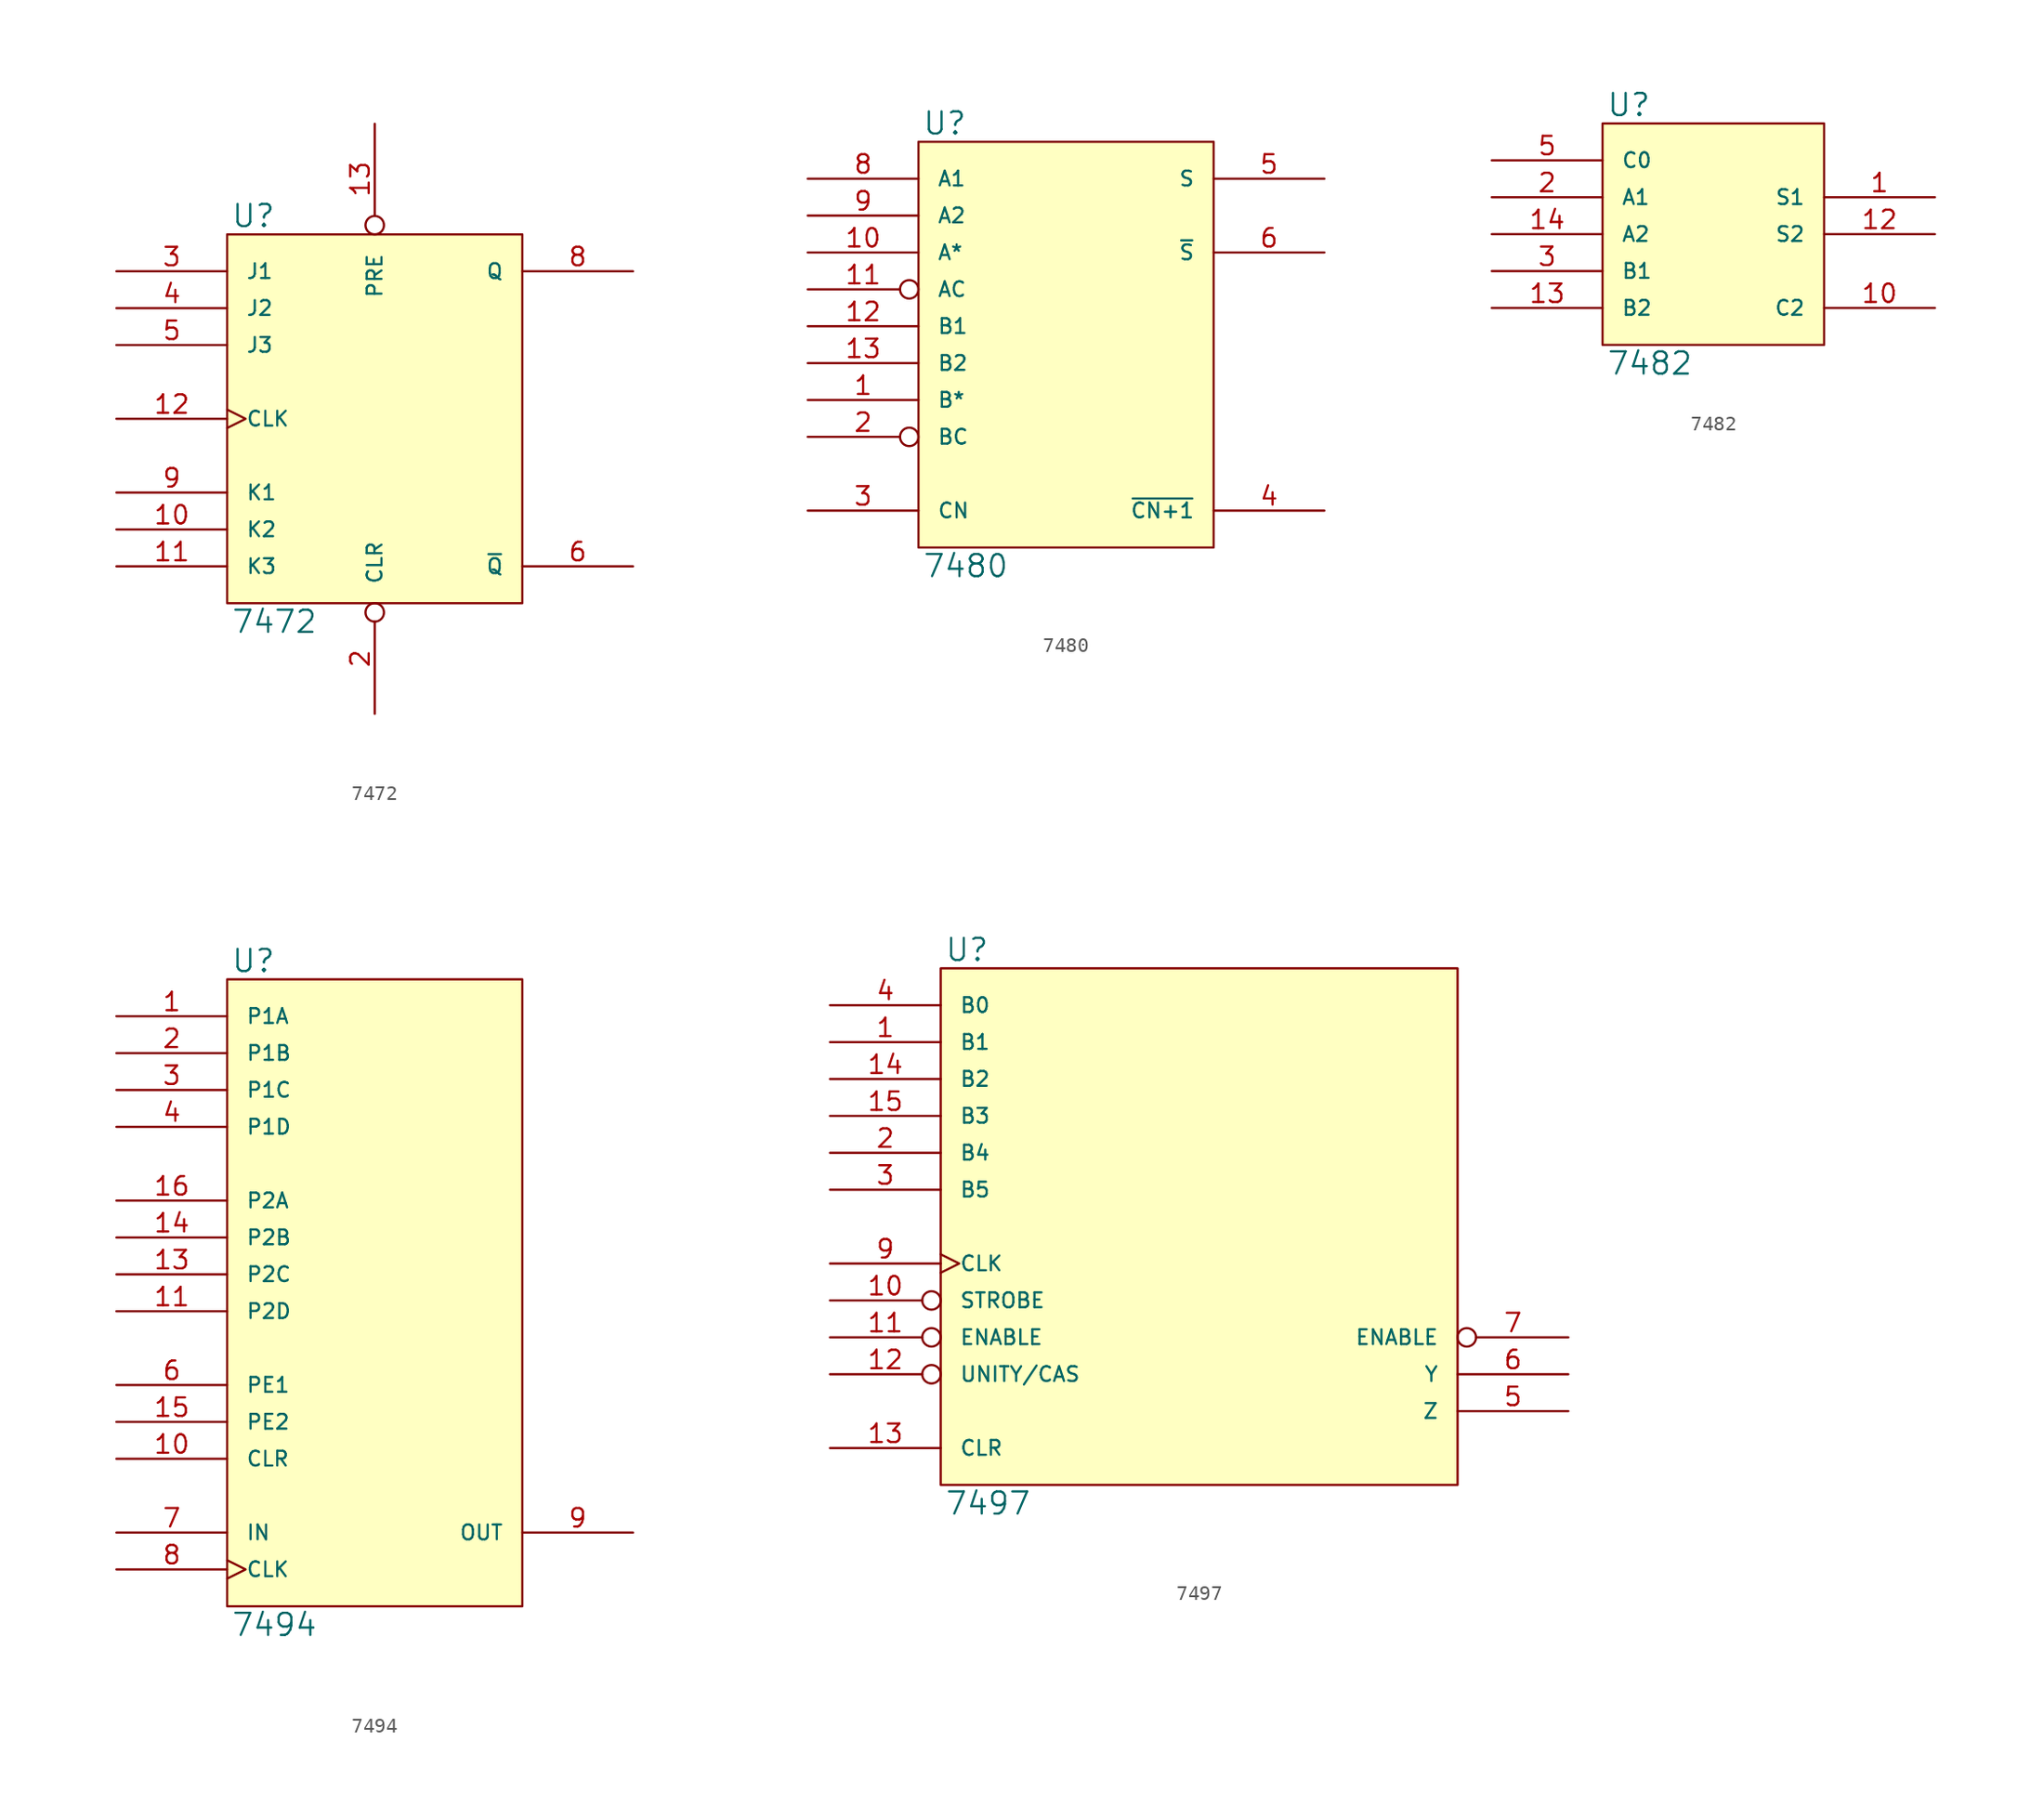
<source format=kicad_sym>
(kicad_symbol_lib
  (version 20231120)
  (generator "kicad_symbol_editor")
  (generator_version "8.0")
  (symbol "7472"
    (pin_names
      (offset 1.27))
    (property "Reference" "U"
      (at 0.254 0.381 0)
      (effects (font (size 1.524 1.524)) (justify left bottom)))
    (property "Value" "7472"
      (at 0.254 -25.781 0)
      (effects (font (size 1.524 1.524)) (justify left top)))
    (symbol "7472_0_1"
      (rectangle (start 0 0) (end 20.32 -25.4) (stroke (width 0) (type solid)) (fill (type background))))
    (symbol "7472_1_1"
      (pin input line (at -7.62 -20.32 0) (length 7.62) (name "K2" (effects (font (size 1.016 1.016)))) (number "10" (effects (font (size 1.27 1.27)))))
      (pin input line (at -7.62 -22.86 0) (length 7.62) (name "K3" (effects (font (size 1.016 1.016)))) (number "11" (effects (font (size 1.27 1.27)))))
      (pin input clock (at -7.62 -12.7 0) (length 7.62) (name "CLK" (effects (font (size 1.016 1.016)))) (number "12" (effects (font (size 1.27 1.27)))))
      (pin input inverted (at 10.16 7.62 270) (length 7.62) (name "PRE" (effects (font (size 1.016 1.016)))) (number "13" (effects (font (size 1.27 1.27)))))
      (pin power_in line (at 0 0 270) (length 0) hide (name "VCC" (effects (font (size 1.016 1.016)))) (number "14" (effects (font (size 1.27 1.27)))))
      (pin input inverted (at 10.16 -33.02 90) (length 7.62) (name "CLR" (effects (font (size 1.016 1.016)))) (number "2" (effects (font (size 1.27 1.27)))))
      (pin input line (at -7.62 -2.54 0) (length 7.62) (name "J1" (effects (font (size 1.016 1.016)))) (number "3" (effects (font (size 1.27 1.27)))))
      (pin input line (at -7.62 -5.08 0) (length 7.62) (name "J2" (effects (font (size 1.016 1.016)))) (number "4" (effects (font (size 1.27 1.27)))))
      (pin input line (at -7.62 -7.62 0) (length 7.62) (name "J3" (effects (font (size 1.016 1.016)))) (number "5" (effects (font (size 1.27 1.27)))))
      (pin output line (at 27.94 -22.86 180) (length 7.62) (name "~{Q}" (effects (font (size 1.016 1.016)))) (number "6" (effects (font (size 1.27 1.27)))))
      (pin power_in line (at 0 -25.4 90) (length 0) hide (name "GND" (effects (font (size 1.016 1.016)))) (number "7" (effects (font (size 1.27 1.27)))))
      (pin output line (at 27.94 -2.54 180) (length 7.62) (name "Q" (effects (font (size 1.016 1.016)))) (number "8" (effects (font (size 1.27 1.27)))))
      (pin input line (at -7.62 -17.78 0) (length 7.62) (name "K1" (effects (font (size 1.016 1.016)))) (number "9" (effects (font (size 1.27 1.27)))))))
  (symbol "7480"
    (pin_names
      (offset 1.27))
    (property "Reference" "U"
      (at 0.254 0.381 0)
      (effects (font (size 1.524 1.524)) (justify left bottom)))
    (property "Value" "7480"
      (at 0.254 -28.321 0)
      (effects (font (size 1.524 1.524)) (justify left top)))
    (symbol "7480_0_1"
      (rectangle (start 0 0) (end 20.32 -27.94) (stroke (width 0) (type solid)) (fill (type background))))
    (symbol "7480_1_1"
      (pin bidirectional line (at -7.62 -17.78 0) (length 7.62) (name "B*" (effects (font (size 1.016 1.016)))) (number "1" (effects (font (size 1.27 1.27)))))
      (pin bidirectional line (at -7.62 -7.62 0) (length 7.62) (name "A*" (effects (font (size 1.016 1.016)))) (number "10" (effects (font (size 1.27 1.27)))))
      (pin input inverted (at -7.62 -10.16 0) (length 7.62) (name "AC" (effects (font (size 1.016 1.016)))) (number "11" (effects (font (size 1.27 1.27)))))
      (pin input line (at -7.62 -12.7 0) (length 7.62) (name "B1" (effects (font (size 1.016 1.016)))) (number "12" (effects (font (size 1.27 1.27)))))
      (pin input line (at -7.62 -15.24 0) (length 7.62) (name "B2" (effects (font (size 1.016 1.016)))) (number "13" (effects (font (size 1.27 1.27)))))
      (pin power_in line (at 0 0 270) (length 0) hide (name "VCC" (effects (font (size 1.016 1.016)))) (number "14" (effects (font (size 1.27 1.27)))))
      (pin input inverted (at -7.62 -20.32 0) (length 7.62) (name "BC" (effects (font (size 1.016 1.016)))) (number "2" (effects (font (size 1.27 1.27)))))
      (pin input line (at -7.62 -25.4 0) (length 7.62) (name "CN" (effects (font (size 1.016 1.016)))) (number "3" (effects (font (size 1.27 1.27)))))
      (pin output line (at 27.94 -25.4 180) (length 7.62) (name "~{CN+1}" (effects (font (size 1.016 1.016)))) (number "4" (effects (font (size 1.27 1.27)))))
      (pin output line (at 27.94 -2.54 180) (length 7.62) (name "S" (effects (font (size 1.016 1.016)))) (number "5" (effects (font (size 1.27 1.27)))))
      (pin output line (at 27.94 -7.62 180) (length 7.62) (name "~{S}" (effects (font (size 1.016 1.016)))) (number "6" (effects (font (size 1.27 1.27)))))
      (pin power_in line (at 0 -27.94 90) (length 0) hide (name "GND" (effects (font (size 1.016 1.016)))) (number "7" (effects (font (size 1.27 1.27)))))
      (pin input line (at -7.62 -2.54 0) (length 7.62) (name "A1" (effects (font (size 1.016 1.016)))) (number "8" (effects (font (size 1.27 1.27)))))
      (pin input line (at -7.62 -5.08 0) (length 7.62) (name "A2" (effects (font (size 1.016 1.016)))) (number "9" (effects (font (size 1.27 1.27)))))))
  (symbol "7482"
    (pin_names
      (offset 1.27))
    (property "Reference" "U"
      (at 0.254 0.381 0)
      (effects (font (size 1.524 1.524)) (justify left bottom)))
    (property "Value" "7482"
      (at 0.254 -15.621 0)
      (effects (font (size 1.524 1.524)) (justify left top)))
    (symbol "7482_0_1"
      (rectangle (start 0 0) (end 15.24 -15.24) (stroke (width 0) (type solid)) (fill (type background))))
    (symbol "7482_1_1"
      (pin output line (at 22.86 -5.08 180) (length 7.62) (name "S1" (effects (font (size 1.016 1.016)))) (number "1" (effects (font (size 1.27 1.27)))))
      (pin output line (at 22.86 -12.7 180) (length 7.62) (name "C2" (effects (font (size 1.016 1.016)))) (number "10" (effects (font (size 1.27 1.27)))))
      (pin output line (at 22.86 -7.62 180) (length 7.62) (name "S2" (effects (font (size 1.016 1.016)))) (number "12" (effects (font (size 1.27 1.27)))))
      (pin input line (at -7.62 -12.7 0) (length 7.62) (name "B2" (effects (font (size 1.016 1.016)))) (number "13" (effects (font (size 1.27 1.27)))))
      (pin input line (at -7.62 -7.62 0) (length 7.62) (name "A2" (effects (font (size 1.016 1.016)))) (number "14" (effects (font (size 1.27 1.27)))))
      (pin input line (at -7.62 -5.08 0) (length 7.62) (name "A1" (effects (font (size 1.016 1.016)))) (number "2" (effects (font (size 1.27 1.27)))))
      (pin input line (at -7.62 -10.16 0) (length 7.62) (name "B1" (effects (font (size 1.016 1.016)))) (number "3" (effects (font (size 1.27 1.27)))))
      (pin power_in line (at 0 0 270) (length 0) hide (name "VCC" (effects (font (size 1.016 1.016)))) (number "4" (effects (font (size 1.27 1.27)))))
      (pin input line (at -7.62 -2.54 0) (length 7.62) (name "C0" (effects (font (size 1.016 1.016)))) (number "5" (effects (font (size 1.27 1.27)))))
      (pin power_in line (at 0 -15.24 90) (length 0) hide (name "GND" (effects (font (size 1.016 1.016)))) (number "7" (effects (font (size 1.27 1.27)))))))
  (symbol "7494"
    (pin_names
      (offset 1.27))
    (property "Reference" "U"
      (at 0.254 0.381 0)
      (effects (font (size 1.524 1.524)) (justify left bottom)))
    (property "Value" "7494"
      (at 0.254 -43.561 0)
      (effects (font (size 1.524 1.524)) (justify left top)))
    (symbol "7494_0_1"
      (rectangle (start 0 0) (end 20.32 -43.18) (stroke (width 0) (type solid)) (fill (type background))))
    (symbol "7494_1_1"
      (pin input line (at -7.62 -2.54 0) (length 7.62) (name "P1A" (effects (font (size 1.016 1.016)))) (number "1" (effects (font (size 1.27 1.27)))))
      (pin input line (at -7.62 -33.02 0) (length 7.62) (name "CLR" (effects (font (size 1.016 1.016)))) (number "10" (effects (font (size 1.27 1.27)))))
      (pin input line (at -7.62 -22.86 0) (length 7.62) (name "P2D" (effects (font (size 1.016 1.016)))) (number "11" (effects (font (size 1.27 1.27)))))
      (pin power_in line (at 0 -43.18 90) (length 0) hide (name "GND" (effects (font (size 1.016 1.016)))) (number "12" (effects (font (size 1.27 1.27)))))
      (pin input line (at -7.62 -20.32 0) (length 7.62) (name "P2C" (effects (font (size 1.016 1.016)))) (number "13" (effects (font (size 1.27 1.27)))))
      (pin input line (at -7.62 -17.78 0) (length 7.62) (name "P2B" (effects (font (size 1.016 1.016)))) (number "14" (effects (font (size 1.27 1.27)))))
      (pin input line (at -7.62 -30.48 0) (length 7.62) (name "PE2" (effects (font (size 1.016 1.016)))) (number "15" (effects (font (size 1.27 1.27)))))
      (pin input line (at -7.62 -15.24 0) (length 7.62) (name "P2A" (effects (font (size 1.016 1.016)))) (number "16" (effects (font (size 1.27 1.27)))))
      (pin input line (at -7.62 -5.08 0) (length 7.62) (name "P1B" (effects (font (size 1.016 1.016)))) (number "2" (effects (font (size 1.27 1.27)))))
      (pin input line (at -7.62 -7.62 0) (length 7.62) (name "P1C" (effects (font (size 1.016 1.016)))) (number "3" (effects (font (size 1.27 1.27)))))
      (pin input line (at -7.62 -10.16 0) (length 7.62) (name "P1D" (effects (font (size 1.016 1.016)))) (number "4" (effects (font (size 1.27 1.27)))))
      (pin power_in line (at 0 0 270) (length 0) hide (name "VCC" (effects (font (size 1.016 1.016)))) (number "5" (effects (font (size 1.27 1.27)))))
      (pin input line (at -7.62 -27.94 0) (length 7.62) (name "PE1" (effects (font (size 1.016 1.016)))) (number "6" (effects (font (size 1.27 1.27)))))
      (pin input line (at -7.62 -38.1 0) (length 7.62) (name "IN" (effects (font (size 1.016 1.016)))) (number "7" (effects (font (size 1.27 1.27)))))
      (pin input clock (at -7.62 -40.64 0) (length 7.62) (name "CLK" (effects (font (size 1.016 1.016)))) (number "8" (effects (font (size 1.27 1.27)))))
      (pin output line (at 27.94 -38.1 180) (length 7.62) (name "OUT" (effects (font (size 1.016 1.016)))) (number "9" (effects (font (size 1.27 1.27)))))))
  (symbol "7497"
    (pin_names
      (offset 1.27))
    (property "Reference" "U"
      (at 0.254 0.381 0)
      (effects (font (size 1.524 1.524)) (justify left bottom)))
    (property "Value" "7497"
      (at 0.254 -35.941 0)
      (effects (font (size 1.524 1.524)) (justify left top)))
    (symbol "7497_0_1"
      (rectangle (start 0 0) (end 35.56 -35.56) (stroke (width 0) (type solid)) (fill (type background))))
    (symbol "7497_1_1"
      (pin input line (at -7.62 -5.08 0) (length 7.62) (name "B1" (effects (font (size 1.016 1.016)))) (number "1" (effects (font (size 1.27 1.27)))))
      (pin input inverted (at -7.62 -22.86 0) (length 7.62) (name "STROBE" (effects (font (size 1.016 1.016)))) (number "10" (effects (font (size 1.27 1.27)))))
      (pin input inverted (at -7.62 -25.4 0) (length 7.62) (name "ENABLE" (effects (font (size 1.016 1.016)))) (number "11" (effects (font (size 1.27 1.27)))))
      (pin input inverted (at -7.62 -27.94 0) (length 7.62) (name "UNITY/CAS" (effects (font (size 1.016 1.016)))) (number "12" (effects (font (size 1.27 1.27)))))
      (pin input line (at -7.62 -33.02 0) (length 7.62) (name "CLR" (effects (font (size 1.016 1.016)))) (number "13" (effects (font (size 1.27 1.27)))))
      (pin input line (at -7.62 -7.62 0) (length 7.62) (name "B2" (effects (font (size 1.016 1.016)))) (number "14" (effects (font (size 1.27 1.27)))))
      (pin input line (at -7.62 -10.16 0) (length 7.62) (name "B3" (effects (font (size 1.016 1.016)))) (number "15" (effects (font (size 1.27 1.27)))))
      (pin power_in line (at 0 0 270) (length 0) hide (name "VCC" (effects (font (size 1.016 1.016)))) (number "16" (effects (font (size 1.27 1.27)))))
      (pin input line (at -7.62 -12.7 0) (length 7.62) (name "B4" (effects (font (size 1.016 1.016)))) (number "2" (effects (font (size 1.27 1.27)))))
      (pin input line (at -7.62 -15.24 0) (length 7.62) (name "B5" (effects (font (size 1.016 1.016)))) (number "3" (effects (font (size 1.27 1.27)))))
      (pin input line (at -7.62 -2.54 0) (length 7.62) (name "B0" (effects (font (size 1.016 1.016)))) (number "4" (effects (font (size 1.27 1.27)))))
      (pin output line (at 43.18 -30.48 180) (length 7.62) (name "Z" (effects (font (size 1.016 1.016)))) (number "5" (effects (font (size 1.27 1.27)))))
      (pin output line (at 43.18 -27.94 180) (length 7.62) (name "Y" (effects (font (size 1.016 1.016)))) (number "6" (effects (font (size 1.27 1.27)))))
      (pin output inverted (at 43.18 -25.4 180) (length 7.62) (name "ENABLE" (effects (font (size 1.016 1.016)))) (number "7" (effects (font (size 1.27 1.27)))))
      (pin power_in line (at 0 -35.56 90) (length 0) hide (name "GND" (effects (font (size 1.016 1.016)))) (number "8" (effects (font (size 1.27 1.27)))))
      (pin input clock (at -7.62 -20.32 0) (length 7.62) (name "CLK" (effects (font (size 1.016 1.016)))) (number "9" (effects (font (size 1.27 1.27))))))))
</source>
